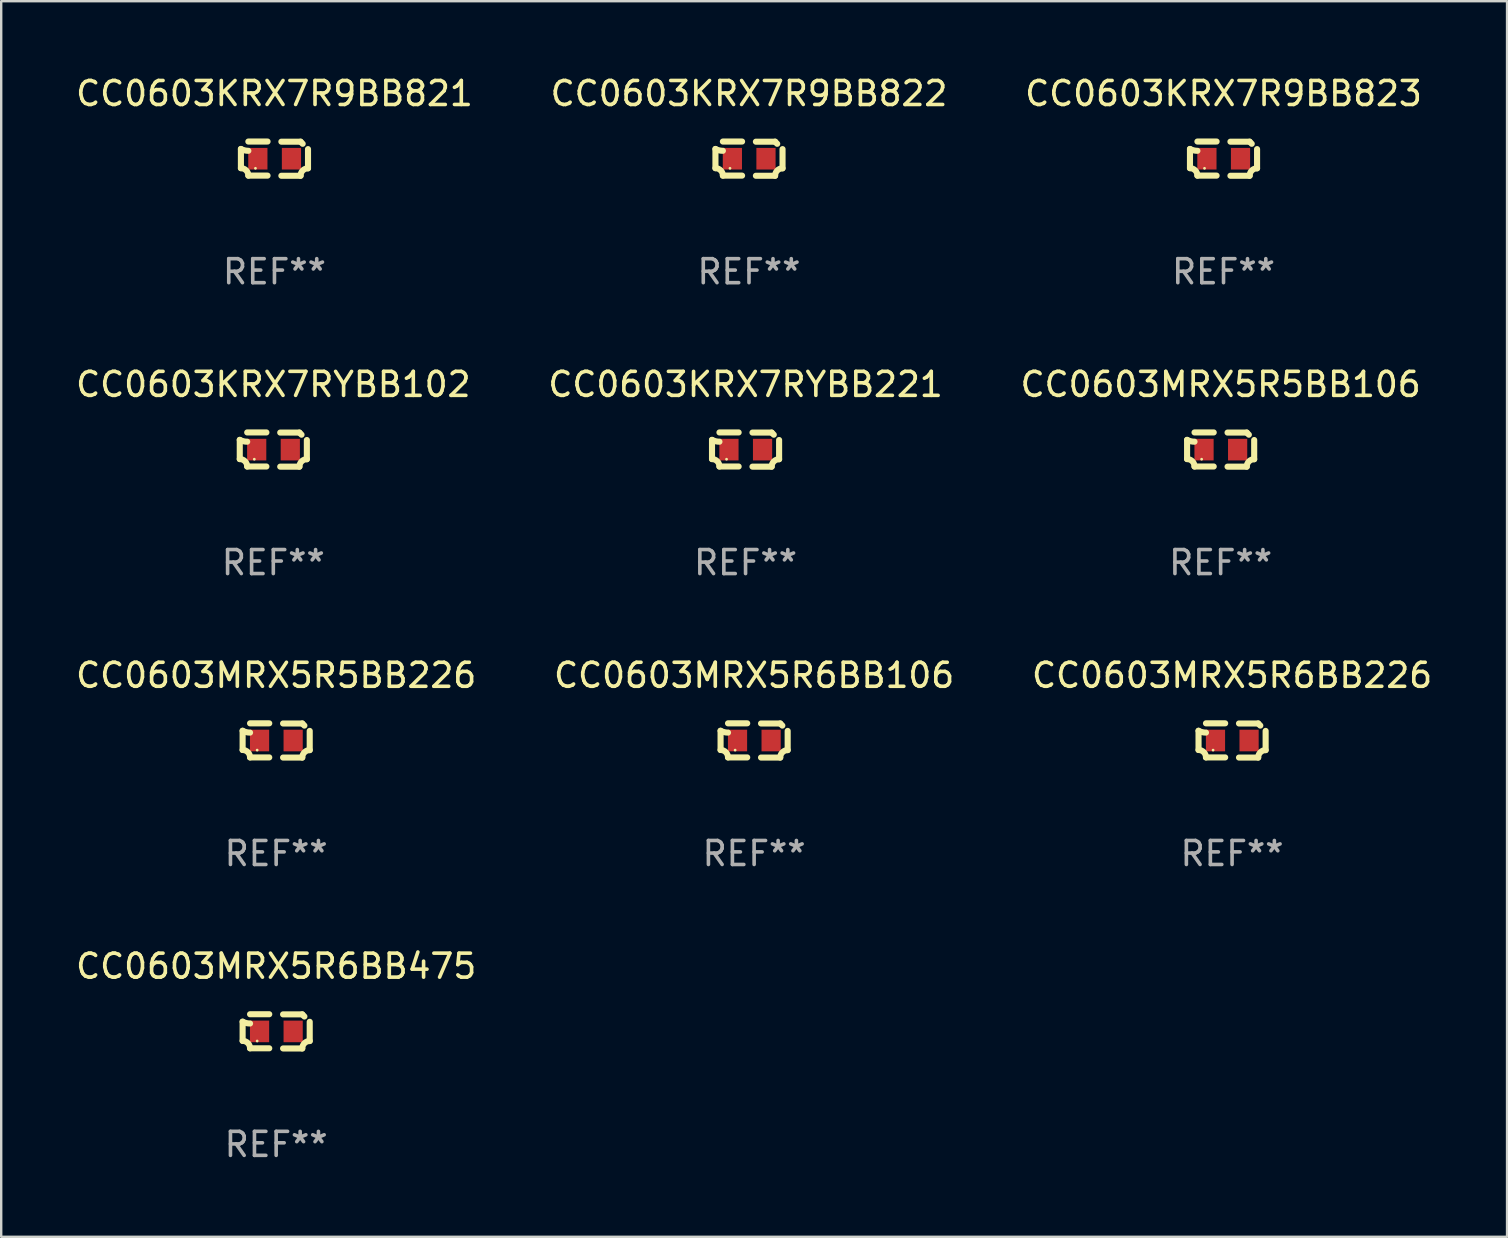
<source format=kicad_pcb>
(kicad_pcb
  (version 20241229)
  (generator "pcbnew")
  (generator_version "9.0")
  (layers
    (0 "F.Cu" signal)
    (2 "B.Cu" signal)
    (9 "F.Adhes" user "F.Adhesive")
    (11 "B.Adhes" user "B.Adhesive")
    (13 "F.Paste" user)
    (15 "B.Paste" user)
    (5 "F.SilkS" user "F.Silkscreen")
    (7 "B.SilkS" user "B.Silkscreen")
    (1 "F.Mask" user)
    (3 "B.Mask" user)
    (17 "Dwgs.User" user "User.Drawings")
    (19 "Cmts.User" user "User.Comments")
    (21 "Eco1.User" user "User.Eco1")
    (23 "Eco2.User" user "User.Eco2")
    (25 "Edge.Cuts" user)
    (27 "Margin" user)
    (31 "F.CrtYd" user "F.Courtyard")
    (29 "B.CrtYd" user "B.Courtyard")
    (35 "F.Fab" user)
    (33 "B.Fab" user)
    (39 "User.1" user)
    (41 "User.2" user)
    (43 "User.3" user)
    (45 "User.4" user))
  (footprint "CC0603KRX7R9BB822"
    (layer "F.Cu")
    (at 28.161 3.561)
    (property "Reference" "CC0603KRX7R9BB822" (at 0 -2.713 0) (layer "F.SilkS") (effects (font (size 1 1) (thickness 0.15))))
    (attr through_hole)
    (fp_line (start -1.398 -0.403) (end -1.398 0.397) (stroke (width 0.254) (type solid)) (layer "F.SilkS"))
    (fp_line (start -0.288 -0.713) (end -1.088 -0.713) (stroke (width 0.254) (type solid)) (layer "F.SilkS"))
    (fp_line (start -0.288 0.707) (end -1.088 0.707) (stroke (width 0.254) (type solid)) (layer "F.SilkS"))
    (fp_line (start 0.288 -0.707) (end 1.088 -0.707) (stroke (width 0.254) (type solid)) (layer "F.SilkS"))
    (fp_line (start 0.288 0.713) (end 1.088 0.713) (stroke (width 0.254) (type solid)) (layer "F.SilkS"))
    (fp_line (start 1.398 -0.397) (end 1.398 0.403) (stroke (width 0.254) (type solid)) (layer "F.SilkS"))
    (fp_arc (start -1.397789 0.397066) (mid -1.178701 0.487826) (end -1.08796 0.706922) (stroke (width 0.254001) (type solid)) (layer "F.SilkS"))
    (fp_arc (start -1.08796 -0.327176) (mid -1.247436 -0.346384) (end -1.39779 -0.402908) (stroke (width 0.254001) (type solid)) (layer "F.SilkS"))
    (fp_arc (start 1.087909 0.712738) (mid 1.178656 0.493655) (end 1.397739 0.402908) (stroke (width 0.254001) (type solid)) (layer "F.SilkS"))
    (fp_arc (start 1.175925 -0.618926) (mid 1.131917 -0.662923) (end 1.08791 -0.706922) (stroke (width 0.254001) (type solid)) (layer "F.SilkS"))
    (fp_circle (center -0.792 0.403) (end -0.762 0.403) (stroke (width 0.06) (type solid)) (fill no) (layer "F.SilkS"))
    (fp_text user "REF**" (at 0 4.713 0) (layer "F.Fab") (effects (font (size 1 1) (thickness 0.15))))
    (pad "1" smd rect (at -0.692 0.003) (size 0.8 0.9) (layers "F.Cu" "F.Mask" "F.Paste"))
    (pad "2" smd rect (at 0.708 0.003) (size 0.8 0.9) (layers "F.Cu" "F.Mask" "F.Paste")))
  (footprint "CC0603KRX7R9BB821"
    (layer "F.Cu")
    (at 8.387 3.561)
    (property "Reference" "CC0603KRX7R9BB821" (at 0 -2.713 0) (layer "F.SilkS") (effects (font (size 1 1) (thickness 0.15))))
    (attr through_hole)
    (fp_line (start -1.398 -0.403) (end -1.398 0.397) (stroke (width 0.254) (type solid)) (layer "F.SilkS"))
    (fp_line (start -0.288 -0.713) (end -1.088 -0.713) (stroke (width 0.254) (type solid)) (layer "F.SilkS"))
    (fp_line (start -0.288 0.707) (end -1.088 0.707) (stroke (width 0.254) (type solid)) (layer "F.SilkS"))
    (fp_line (start 0.288 -0.707) (end 1.088 -0.707) (stroke (width 0.254) (type solid)) (layer "F.SilkS"))
    (fp_line (start 0.288 0.713) (end 1.088 0.713) (stroke (width 0.254) (type solid)) (layer "F.SilkS"))
    (fp_line (start 1.398 -0.397) (end 1.398 0.403) (stroke (width 0.254) (type solid)) (layer "F.SilkS"))
    (fp_arc (start -1.397789 0.397066) (mid -1.178701 0.487826) (end -1.08796 0.706922) (stroke (width 0.254001) (type solid)) (layer "F.SilkS"))
    (fp_arc (start -1.08796 -0.327176) (mid -1.247436 -0.346384) (end -1.39779 -0.402908) (stroke (width 0.254001) (type solid)) (layer "F.SilkS"))
    (fp_arc (start 1.087909 0.712738) (mid 1.178656 0.493655) (end 1.397739 0.402908) (stroke (width 0.254001) (type solid)) (layer "F.SilkS"))
    (fp_arc (start 1.175925 -0.618926) (mid 1.131917 -0.662923) (end 1.08791 -0.706922) (stroke (width 0.254001) (type solid)) (layer "F.SilkS"))
    (fp_circle (center -0.792 0.403) (end -0.762 0.403) (stroke (width 0.06) (type solid)) (fill no) (layer "F.SilkS"))
    (fp_text user "REF**" (at 0 4.713 0) (layer "F.Fab") (effects (font (size 1 1) (thickness 0.15))))
    (pad "1" smd rect (at -0.692 0.003) (size 0.8 0.9) (layers "F.Cu" "F.Mask" "F.Paste"))
    (pad "2" smd rect (at 0.708 0.003) (size 0.8 0.9) (layers "F.Cu" "F.Mask" "F.Paste")))
  (footprint "CC0603MRX5R5BB106"
    (layer "F.Cu")
    (at 47.815 15.683)
    (property "Reference" "CC0603MRX5R5BB106" (at 0 -2.713 0) (layer "F.SilkS") (effects (font (size 1 1) (thickness 0.15))))
    (attr through_hole)
    (fp_line (start -1.398 -0.403) (end -1.398 0.397) (stroke (width 0.254) (type solid)) (layer "F.SilkS"))
    (fp_line (start -0.288 -0.713) (end -1.088 -0.713) (stroke (width 0.254) (type solid)) (layer "F.SilkS"))
    (fp_line (start -0.288 0.707) (end -1.088 0.707) (stroke (width 0.254) (type solid)) (layer "F.SilkS"))
    (fp_line (start 0.288 -0.707) (end 1.088 -0.707) (stroke (width 0.254) (type solid)) (layer "F.SilkS"))
    (fp_line (start 0.288 0.713) (end 1.088 0.713) (stroke (width 0.254) (type solid)) (layer "F.SilkS"))
    (fp_line (start 1.398 -0.397) (end 1.398 0.403) (stroke (width 0.254) (type solid)) (layer "F.SilkS"))
    (fp_arc (start -1.397789 0.397066) (mid -1.178701 0.487826) (end -1.08796 0.706922) (stroke (width 0.254001) (type solid)) (layer "F.SilkS"))
    (fp_arc (start -1.08796 -0.327176) (mid -1.247436 -0.346384) (end -1.39779 -0.402908) (stroke (width 0.254001) (type solid)) (layer "F.SilkS"))
    (fp_arc (start 1.087909 0.712738) (mid 1.178656 0.493655) (end 1.397739 0.402908) (stroke (width 0.254001) (type solid)) (layer "F.SilkS"))
    (fp_arc (start 1.175925 -0.618926) (mid 1.131917 -0.662923) (end 1.08791 -0.706922) (stroke (width 0.254001) (type solid)) (layer "F.SilkS"))
    (fp_circle (center -0.792 0.403) (end -0.762 0.403) (stroke (width 0.06) (type solid)) (fill no) (layer "F.SilkS"))
    (fp_text user "REF**" (at 0 4.713 0) (layer "F.Fab") (effects (font (size 1 1) (thickness 0.15))))
    (pad "1" smd rect (at -0.692 0.003) (size 0.8 0.9) (layers "F.Cu" "F.Mask" "F.Paste"))
    (pad "2" smd rect (at 0.708 0.003) (size 0.8 0.9) (layers "F.Cu" "F.Mask" "F.Paste")))
  (footprint "CC0603KRX7RYBB221"
    (layer "F.Cu")
    (at 28.018 15.683)
    (property "Reference" "CC0603KRX7RYBB221" (at 0 -2.713 0) (layer "F.SilkS") (effects (font (size 1 1) (thickness 0.15))))
    (attr through_hole)
    (fp_line (start -1.398 -0.403) (end -1.398 0.397) (stroke (width 0.254) (type solid)) (layer "F.SilkS"))
    (fp_line (start -0.288 -0.713) (end -1.088 -0.713) (stroke (width 0.254) (type solid)) (layer "F.SilkS"))
    (fp_line (start -0.288 0.707) (end -1.088 0.707) (stroke (width 0.254) (type solid)) (layer "F.SilkS"))
    (fp_line (start 0.288 -0.707) (end 1.088 -0.707) (stroke (width 0.254) (type solid)) (layer "F.SilkS"))
    (fp_line (start 0.288 0.713) (end 1.088 0.713) (stroke (width 0.254) (type solid)) (layer "F.SilkS"))
    (fp_line (start 1.398 -0.397) (end 1.398 0.403) (stroke (width 0.254) (type solid)) (layer "F.SilkS"))
    (fp_arc (start -1.397789 0.397066) (mid -1.178701 0.487826) (end -1.08796 0.706922) (stroke (width 0.254001) (type solid)) (layer "F.SilkS"))
    (fp_arc (start -1.08796 -0.327176) (mid -1.247436 -0.346384) (end -1.39779 -0.402908) (stroke (width 0.254001) (type solid)) (layer "F.SilkS"))
    (fp_arc (start 1.087909 0.712738) (mid 1.178656 0.493655) (end 1.397739 0.402908) (stroke (width 0.254001) (type solid)) (layer "F.SilkS"))
    (fp_arc (start 1.175925 -0.618926) (mid 1.131917 -0.662923) (end 1.08791 -0.706922) (stroke (width 0.254001) (type solid)) (layer "F.SilkS"))
    (fp_circle (center -0.792 0.403) (end -0.762 0.403) (stroke (width 0.06) (type solid)) (fill no) (layer "F.SilkS"))
    (fp_text user "REF**" (at 0 4.713 0) (layer "F.Fab") (effects (font (size 1 1) (thickness 0.15))))
    (pad "1" smd rect (at -0.692 0.003) (size 0.8 0.9) (layers "F.Cu" "F.Mask" "F.Paste"))
    (pad "2" smd rect (at 0.708 0.003) (size 0.8 0.9) (layers "F.Cu" "F.Mask" "F.Paste")))
  (footprint "CC0603MRX5R6BB106"
    (layer "F.Cu")
    (at 28.375 27.805)
    (property "Reference" "CC0603MRX5R6BB106" (at 0 -2.713 0) (layer "F.SilkS") (effects (font (size 1 1) (thickness 0.15))))
    (attr through_hole)
    (fp_line (start -1.398 -0.403) (end -1.398 0.397) (stroke (width 0.254) (type solid)) (layer "F.SilkS"))
    (fp_line (start -0.288 -0.713) (end -1.088 -0.713) (stroke (width 0.254) (type solid)) (layer "F.SilkS"))
    (fp_line (start -0.288 0.707) (end -1.088 0.707) (stroke (width 0.254) (type solid)) (layer "F.SilkS"))
    (fp_line (start 0.288 -0.707) (end 1.088 -0.707) (stroke (width 0.254) (type solid)) (layer "F.SilkS"))
    (fp_line (start 0.288 0.713) (end 1.088 0.713) (stroke (width 0.254) (type solid)) (layer "F.SilkS"))
    (fp_line (start 1.398 -0.397) (end 1.398 0.403) (stroke (width 0.254) (type solid)) (layer "F.SilkS"))
    (fp_arc (start -1.397789 0.397066) (mid -1.178701 0.487826) (end -1.08796 0.706922) (stroke (width 0.254001) (type solid)) (layer "F.SilkS"))
    (fp_arc (start -1.08796 -0.327176) (mid -1.247436 -0.346384) (end -1.39779 -0.402908) (stroke (width 0.254001) (type solid)) (layer "F.SilkS"))
    (fp_arc (start 1.087909 0.712738) (mid 1.178656 0.493655) (end 1.397739 0.402908) (stroke (width 0.254001) (type solid)) (layer "F.SilkS"))
    (fp_arc (start 1.175925 -0.618926) (mid 1.131917 -0.662923) (end 1.08791 -0.706922) (stroke (width 0.254001) (type solid)) (layer "F.SilkS"))
    (fp_circle (center -0.792 0.403) (end -0.762 0.403) (stroke (width 0.06) (type solid)) (fill no) (layer "F.SilkS"))
    (fp_text user "REF**" (at 0 4.713 0) (layer "F.Fab") (effects (font (size 1 1) (thickness 0.15))))
    (pad "1" smd rect (at -0.692 0.003) (size 0.8 0.9) (layers "F.Cu" "F.Mask" "F.Paste"))
    (pad "2" smd rect (at 0.708 0.003) (size 0.8 0.9) (layers "F.Cu" "F.Mask" "F.Paste")))
  (footprint "CC0603KRX7R9BB823"
    (layer "F.Cu")
    (at 47.935 3.561)
    (property "Reference" "CC0603KRX7R9BB823" (at 0 -2.713 0) (layer "F.SilkS") (effects (font (size 1 1) (thickness 0.15))))
    (attr through_hole)
    (fp_line (start -1.398 -0.403) (end -1.398 0.397) (stroke (width 0.254) (type solid)) (layer "F.SilkS"))
    (fp_line (start -0.288 -0.713) (end -1.088 -0.713) (stroke (width 0.254) (type solid)) (layer "F.SilkS"))
    (fp_line (start -0.288 0.707) (end -1.088 0.707) (stroke (width 0.254) (type solid)) (layer "F.SilkS"))
    (fp_line (start 0.288 -0.707) (end 1.088 -0.707) (stroke (width 0.254) (type solid)) (layer "F.SilkS"))
    (fp_line (start 0.288 0.713) (end 1.088 0.713) (stroke (width 0.254) (type solid)) (layer "F.SilkS"))
    (fp_line (start 1.398 -0.397) (end 1.398 0.403) (stroke (width 0.254) (type solid)) (layer "F.SilkS"))
    (fp_arc (start -1.397789 0.397066) (mid -1.178701 0.487826) (end -1.08796 0.706922) (stroke (width 0.254001) (type solid)) (layer "F.SilkS"))
    (fp_arc (start -1.08796 -0.327176) (mid -1.247436 -0.346384) (end -1.39779 -0.402908) (stroke (width 0.254001) (type solid)) (layer "F.SilkS"))
    (fp_arc (start 1.087909 0.712738) (mid 1.178656 0.493655) (end 1.397739 0.402908) (stroke (width 0.254001) (type solid)) (layer "F.SilkS"))
    (fp_arc (start 1.175925 -0.618926) (mid 1.131917 -0.662923) (end 1.08791 -0.706922) (stroke (width 0.254001) (type solid)) (layer "F.SilkS"))
    (fp_circle (center -0.792 0.403) (end -0.762 0.403) (stroke (width 0.06) (type solid)) (fill no) (layer "F.SilkS"))
    (fp_text user "REF**" (at 0 4.713 0) (layer "F.Fab") (effects (font (size 1 1) (thickness 0.15))))
    (pad "1" smd rect (at -0.692 0.003) (size 0.8 0.9) (layers "F.Cu" "F.Mask" "F.Paste"))
    (pad "2" smd rect (at 0.708 0.003) (size 0.8 0.9) (layers "F.Cu" "F.Mask" "F.Paste")))
  (footprint "CC0603MRX5R5BB226"
    (layer "F.Cu")
    (at 8.458 27.805)
    (property "Reference" "CC0603MRX5R5BB226" (at 0 -2.713 0) (layer "F.SilkS") (effects (font (size 1 1) (thickness 0.15))))
    (attr through_hole)
    (fp_line (start -1.398 -0.403) (end -1.398 0.397) (stroke (width 0.254) (type solid)) (layer "F.SilkS"))
    (fp_line (start -0.288 -0.713) (end -1.088 -0.713) (stroke (width 0.254) (type solid)) (layer "F.SilkS"))
    (fp_line (start -0.288 0.707) (end -1.088 0.707) (stroke (width 0.254) (type solid)) (layer "F.SilkS"))
    (fp_line (start 0.288 -0.707) (end 1.088 -0.707) (stroke (width 0.254) (type solid)) (layer "F.SilkS"))
    (fp_line (start 0.288 0.713) (end 1.088 0.713) (stroke (width 0.254) (type solid)) (layer "F.SilkS"))
    (fp_line (start 1.398 -0.397) (end 1.398 0.403) (stroke (width 0.254) (type solid)) (layer "F.SilkS"))
    (fp_arc (start -1.397789 0.397066) (mid -1.178701 0.487826) (end -1.08796 0.706922) (stroke (width 0.254001) (type solid)) (layer "F.SilkS"))
    (fp_arc (start -1.08796 -0.327176) (mid -1.247436 -0.346384) (end -1.39779 -0.402908) (stroke (width 0.254001) (type solid)) (layer "F.SilkS"))
    (fp_arc (start 1.087909 0.712738) (mid 1.178656 0.493655) (end 1.397739 0.402908) (stroke (width 0.254001) (type solid)) (layer "F.SilkS"))
    (fp_arc (start 1.175925 -0.618926) (mid 1.131917 -0.662923) (end 1.08791 -0.706922) (stroke (width 0.254001) (type solid)) (layer "F.SilkS"))
    (fp_circle (center -0.792 0.403) (end -0.762 0.403) (stroke (width 0.06) (type solid)) (fill no) (layer "F.SilkS"))
    (fp_text user "REF**" (at 0 4.713 0) (layer "F.Fab") (effects (font (size 1 1) (thickness 0.15))))
    (pad "1" smd rect (at -0.692 0.003) (size 0.8 0.9) (layers "F.Cu" "F.Mask" "F.Paste"))
    (pad "2" smd rect (at 0.708 0.003) (size 0.8 0.9) (layers "F.Cu" "F.Mask" "F.Paste")))
  (footprint "CC0603MRX5R6BB226"
    (layer "F.Cu")
    (at 48.292 27.805)
    (property "Reference" "CC0603MRX5R6BB226" (at 0 -2.713 0) (layer "F.SilkS") (effects (font (size 1 1) (thickness 0.15))))
    (attr through_hole)
    (fp_line (start -1.398 -0.403) (end -1.398 0.397) (stroke (width 0.254) (type solid)) (layer "F.SilkS"))
    (fp_line (start -0.288 -0.713) (end -1.088 -0.713) (stroke (width 0.254) (type solid)) (layer "F.SilkS"))
    (fp_line (start -0.288 0.707) (end -1.088 0.707) (stroke (width 0.254) (type solid)) (layer "F.SilkS"))
    (fp_line (start 0.288 -0.707) (end 1.088 -0.707) (stroke (width 0.254) (type solid)) (layer "F.SilkS"))
    (fp_line (start 0.288 0.713) (end 1.088 0.713) (stroke (width 0.254) (type solid)) (layer "F.SilkS"))
    (fp_line (start 1.398 -0.397) (end 1.398 0.403) (stroke (width 0.254) (type solid)) (layer "F.SilkS"))
    (fp_arc (start -1.397789 0.397066) (mid -1.178701 0.487826) (end -1.08796 0.706922) (stroke (width 0.254001) (type solid)) (layer "F.SilkS"))
    (fp_arc (start -1.08796 -0.327176) (mid -1.247436 -0.346384) (end -1.39779 -0.402908) (stroke (width 0.254001) (type solid)) (layer "F.SilkS"))
    (fp_arc (start 1.087909 0.712738) (mid 1.178656 0.493655) (end 1.397739 0.402908) (stroke (width 0.254001) (type solid)) (layer "F.SilkS"))
    (fp_arc (start 1.175925 -0.618926) (mid 1.131917 -0.662923) (end 1.08791 -0.706922) (stroke (width 0.254001) (type solid)) (layer "F.SilkS"))
    (fp_circle (center -0.792 0.403) (end -0.762 0.403) (stroke (width 0.06) (type solid)) (fill no) (layer "F.SilkS"))
    (fp_text user "REF**" (at 0 4.713 0) (layer "F.Fab") (effects (font (size 1 1) (thickness 0.15))))
    (pad "1" smd rect (at -0.692 0.003) (size 0.8 0.9) (layers "F.Cu" "F.Mask" "F.Paste"))
    (pad "2" smd rect (at 0.708 0.003) (size 0.8 0.9) (layers "F.Cu" "F.Mask" "F.Paste")))
  (footprint "CC0603KRX7RYBB102"
    (layer "F.Cu")
    (at 8.339 15.683)
    (property "Reference" "CC0603KRX7RYBB102" (at 0 -2.713 0) (layer "F.SilkS") (effects (font (size 1 1) (thickness 0.15))))
    (attr through_hole)
    (fp_line (start -1.398 -0.403) (end -1.398 0.397) (stroke (width 0.254) (type solid)) (layer "F.SilkS"))
    (fp_line (start -0.288 -0.713) (end -1.088 -0.713) (stroke (width 0.254) (type solid)) (layer "F.SilkS"))
    (fp_line (start -0.288 0.707) (end -1.088 0.707) (stroke (width 0.254) (type solid)) (layer "F.SilkS"))
    (fp_line (start 0.288 -0.707) (end 1.088 -0.707) (stroke (width 0.254) (type solid)) (layer "F.SilkS"))
    (fp_line (start 0.288 0.713) (end 1.088 0.713) (stroke (width 0.254) (type solid)) (layer "F.SilkS"))
    (fp_line (start 1.398 -0.397) (end 1.398 0.403) (stroke (width 0.254) (type solid)) (layer "F.SilkS"))
    (fp_arc (start -1.397789 0.397066) (mid -1.178701 0.487826) (end -1.08796 0.706922) (stroke (width 0.254001) (type solid)) (layer "F.SilkS"))
    (fp_arc (start -1.08796 -0.327176) (mid -1.247436 -0.346384) (end -1.39779 -0.402908) (stroke (width 0.254001) (type solid)) (layer "F.SilkS"))
    (fp_arc (start 1.087909 0.712738) (mid 1.178656 0.493655) (end 1.397739 0.402908) (stroke (width 0.254001) (type solid)) (layer "F.SilkS"))
    (fp_arc (start 1.175925 -0.618926) (mid 1.131917 -0.662923) (end 1.08791 -0.706922) (stroke (width 0.254001) (type solid)) (layer "F.SilkS"))
    (fp_circle (center -0.792 0.403) (end -0.762 0.403) (stroke (width 0.06) (type solid)) (fill no) (layer "F.SilkS"))
    (fp_text user "REF**" (at 0 4.713 0) (layer "F.Fab") (effects (font (size 1 1) (thickness 0.15))))
    (pad "1" smd rect (at -0.692 0.003) (size 0.8 0.9) (layers "F.Cu" "F.Mask" "F.Paste"))
    (pad "2" smd rect (at 0.708 0.003) (size 0.8 0.9) (layers "F.Cu" "F.Mask" "F.Paste")))
  (footprint "CC0603MRX5R6BB475"
    (layer "F.Cu")
    (at 8.458 39.927)
    (property "Reference" "CC0603MRX5R6BB475" (at 0 -2.713 0) (layer "F.SilkS") (effects (font (size 1 1) (thickness 0.15))))
    (attr through_hole)
    (fp_line (start -1.398 -0.403) (end -1.398 0.397) (stroke (width 0.254) (type solid)) (layer "F.SilkS"))
    (fp_line (start -0.288 -0.713) (end -1.088 -0.713) (stroke (width 0.254) (type solid)) (layer "F.SilkS"))
    (fp_line (start -0.288 0.707) (end -1.088 0.707) (stroke (width 0.254) (type solid)) (layer "F.SilkS"))
    (fp_line (start 0.288 -0.707) (end 1.088 -0.707) (stroke (width 0.254) (type solid)) (layer "F.SilkS"))
    (fp_line (start 0.288 0.713) (end 1.088 0.713) (stroke (width 0.254) (type solid)) (layer "F.SilkS"))
    (fp_line (start 1.398 -0.397) (end 1.398 0.403) (stroke (width 0.254) (type solid)) (layer "F.SilkS"))
    (fp_arc (start -1.397789 0.397066) (mid -1.178701 0.487826) (end -1.08796 0.706922) (stroke (width 0.254001) (type solid)) (layer "F.SilkS"))
    (fp_arc (start -1.08796 -0.327176) (mid -1.247436 -0.346384) (end -1.39779 -0.402908) (stroke (width 0.254001) (type solid)) (layer "F.SilkS"))
    (fp_arc (start 1.087909 0.712738) (mid 1.178656 0.493655) (end 1.397739 0.402908) (stroke (width 0.254001) (type solid)) (layer "F.SilkS"))
    (fp_arc (start 1.175925 -0.618926) (mid 1.131917 -0.662923) (end 1.08791 -0.706922) (stroke (width 0.254001) (type solid)) (layer "F.SilkS"))
    (fp_circle (center -0.792 0.403) (end -0.762 0.403) (stroke (width 0.06) (type solid)) (fill no) (layer "F.SilkS"))
    (fp_text user "REF**" (at 0 4.713 0) (layer "F.Fab") (effects (font (size 1 1) (thickness 0.15))))
    (pad "1" smd rect (at -0.692 0.003) (size 0.8 0.9) (layers "F.Cu" "F.Mask" "F.Paste"))
    (pad "2" smd rect (at 0.708 0.003) (size 0.8 0.9) (layers "F.Cu" "F.Mask" "F.Paste")))
  (gr_rect
    (start -3 -3)
    (end 59.75 48.488)
    (stroke (width 0.1) (type default))
    (fill no)
    (layer "Edge.Cuts")))
</source>
